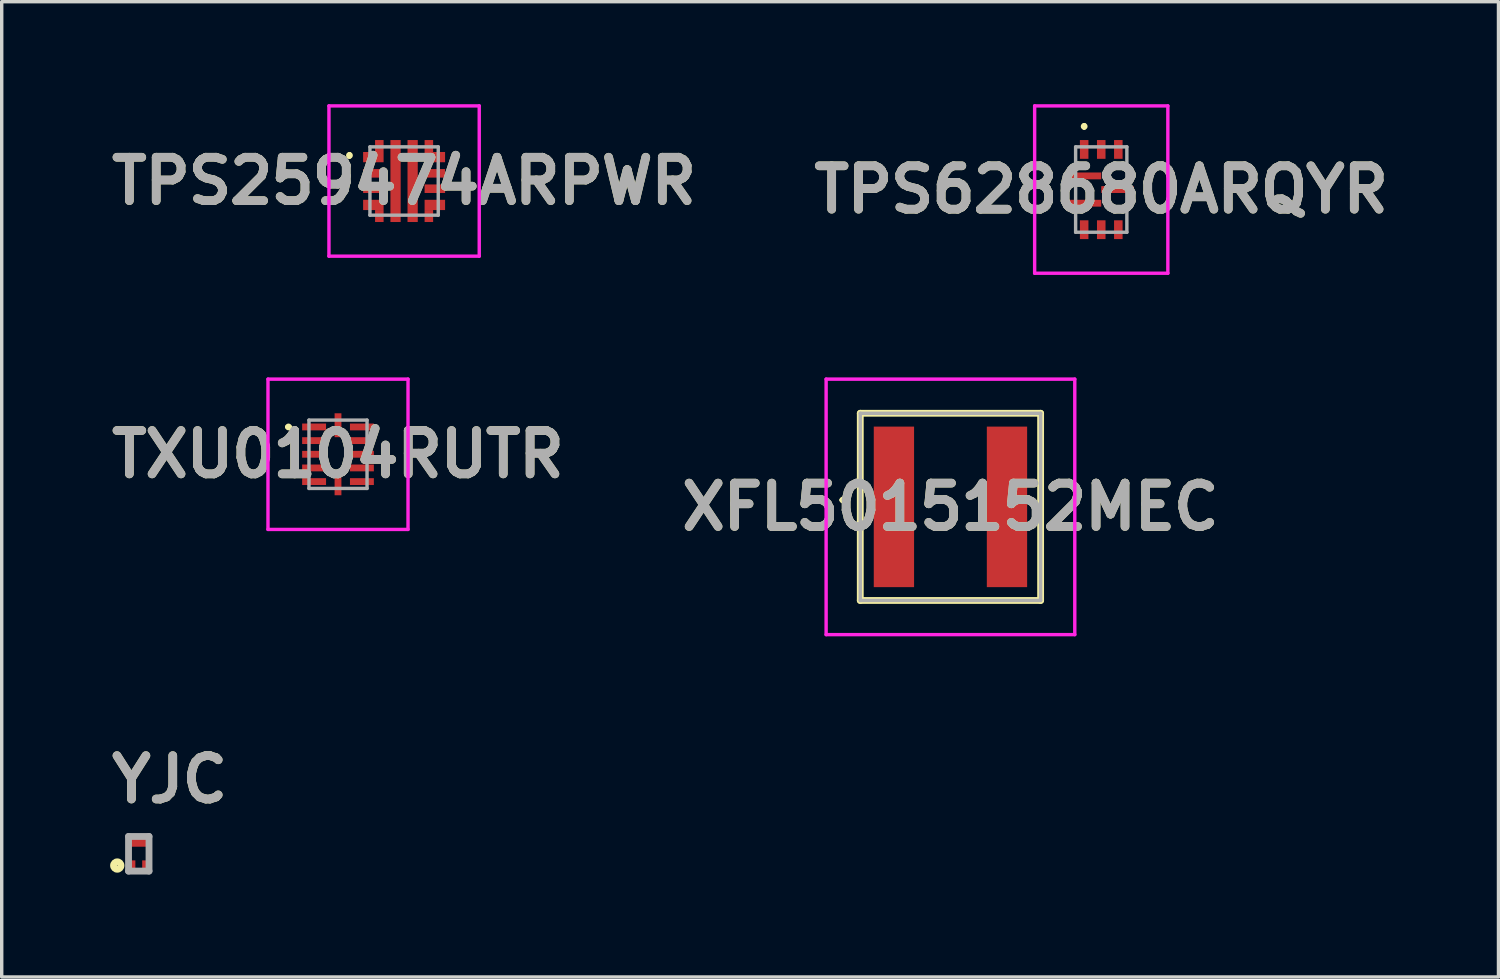
<source format=kicad_pcb>
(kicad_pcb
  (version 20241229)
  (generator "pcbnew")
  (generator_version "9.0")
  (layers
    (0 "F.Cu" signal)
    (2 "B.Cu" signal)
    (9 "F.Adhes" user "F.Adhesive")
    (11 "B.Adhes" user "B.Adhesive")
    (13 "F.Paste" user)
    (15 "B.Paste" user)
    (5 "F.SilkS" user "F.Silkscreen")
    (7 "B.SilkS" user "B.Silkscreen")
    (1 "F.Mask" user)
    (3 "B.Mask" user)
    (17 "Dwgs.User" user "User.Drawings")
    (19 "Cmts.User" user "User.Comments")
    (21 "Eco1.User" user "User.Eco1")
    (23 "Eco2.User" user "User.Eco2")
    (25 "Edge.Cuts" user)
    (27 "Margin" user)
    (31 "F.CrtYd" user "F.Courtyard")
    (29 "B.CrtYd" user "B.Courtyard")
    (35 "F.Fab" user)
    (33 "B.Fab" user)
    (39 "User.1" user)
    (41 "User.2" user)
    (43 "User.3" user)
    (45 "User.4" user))
  (footprint "XFL5015152MEC"
    (layer "F.Cu")
    (at 24.777 11.79)
    (property "Reference" "XFL5015152MEC" (at 0 0 0) (layer "F.SilkS") (effects (font (size 1.27 1.27) (thickness 0.254))))
    (attr smd)
    (fp_line (start -3.2 -0.2) (end -3.2 -0.2) (stroke (width 0.1) (type solid)) (layer "F.SilkS"))
    (fp_line (start -3.1 -0.2) (end -3.1 -0.2) (stroke (width 0.1) (type solid)) (layer "F.SilkS"))
    (fp_line (start -2.64 -2.74) (end 2.64 -2.74) (stroke (width 0.2) (type solid)) (layer "F.SilkS"))
    (fp_line (start -2.64 2.74) (end -2.64 -2.74) (stroke (width 0.2) (type solid)) (layer "F.SilkS"))
    (fp_line (start 2.64 -2.74) (end 2.64 2.74) (stroke (width 0.2) (type solid)) (layer "F.SilkS"))
    (fp_line (start 2.64 2.74) (end -2.64 2.74) (stroke (width 0.2) (type solid)) (layer "F.SilkS"))
    (fp_arc (start -3.2 -0.2) (mid -3.15 -0.25) (end -3.1 -0.2) (stroke (width 0.1) (type solid)) (layer "F.SilkS"))
    (fp_arc (start -3.1 -0.2) (mid -3.15 -0.15) (end -3.2 -0.2) (stroke (width 0.1) (type solid)) (layer "F.SilkS"))
    (fp_line (start -3.64 -3.74) (end 3.64 -3.74) (stroke (width 0.1) (type solid)) (layer "F.CrtYd"))
    (fp_line (start -3.64 3.74) (end -3.64 -3.74) (stroke (width 0.1) (type solid)) (layer "F.CrtYd"))
    (fp_line (start 3.64 -3.74) (end 3.64 3.74) (stroke (width 0.1) (type solid)) (layer "F.CrtYd"))
    (fp_line (start 3.64 3.74) (end -3.64 3.74) (stroke (width 0.1) (type solid)) (layer "F.CrtYd"))
    (fp_line (start -2.64 -2.74) (end 2.64 -2.74) (stroke (width 0.1) (type solid)) (layer "F.Fab"))
    (fp_line (start -2.64 2.74) (end -2.64 -2.74) (stroke (width 0.1) (type solid)) (layer "F.Fab"))
    (fp_line (start 2.64 -2.74) (end 2.64 2.74) (stroke (width 0.1) (type solid)) (layer "F.Fab"))
    (fp_line (start 2.64 2.74) (end -2.64 2.74) (stroke (width 0.1) (type solid)) (layer "F.Fab"))
    (fp_text user "${REFERENCE}" (at 0 0 0) (layer "F.Fab") (effects (font (size 1.27 1.27) (thickness 0.254))))
    (pad "1" smd rect (at -1.655 0) (size 1.18 4.7) (layers "F.Cu" "F.Mask" "F.Paste"))
    (pad "2" smd rect (at 1.655 0) (size 1.18 4.7) (layers "F.Cu" "F.Mask" "F.Paste")))
  (footprint "TPS628680ARQYR"
    (layer "F.Cu")
    (at 29.192 2.5)
    (property "Reference" "TPS628680ARQYR" (at 0 0 0) (layer "F.SilkS") (effects (font (size 1.27 1.27) (thickness 0.254))))
    (attr smd)
    (fp_line (start -0.5 -1.9) (end -0.5 -1.9) (stroke (width 0.1) (type solid)) (layer "F.SilkS"))
    (fp_line (start -0.5 -1.8) (end -0.5 -1.8) (stroke (width 0.1) (type solid)) (layer "F.SilkS"))
    (fp_arc (start -0.5 -1.9) (mid -0.45 -1.85) (end -0.5 -1.8) (stroke (width 0.1) (type solid)) (layer "F.SilkS"))
    (fp_arc (start -0.5 -1.8) (mid -0.55 -1.85) (end -0.5 -1.9) (stroke (width 0.1) (type solid)) (layer "F.SilkS"))
    (fp_line (start -1.95 -2.45) (end 1.95 -2.45) (stroke (width 0.1) (type solid)) (layer "F.CrtYd"))
    (fp_line (start -1.95 2.45) (end -1.95 -2.45) (stroke (width 0.1) (type solid)) (layer "F.CrtYd"))
    (fp_line (start 1.95 -2.45) (end 1.95 2.45) (stroke (width 0.1) (type solid)) (layer "F.CrtYd"))
    (fp_line (start 1.95 2.45) (end -1.95 2.45) (stroke (width 0.1) (type solid)) (layer "F.CrtYd"))
    (fp_line (start -0.75 -1.25) (end -0.75 1.25) (stroke (width 0.1) (type solid)) (layer "F.Fab"))
    (fp_line (start -0.75 1.25) (end 0.75 1.25) (stroke (width 0.1) (type solid)) (layer "F.Fab"))
    (fp_line (start 0.75 -1.25) (end -0.75 -1.25) (stroke (width 0.1) (type solid)) (layer "F.Fab"))
    (fp_line (start 0.75 1.25) (end 0.75 -1.25) (stroke (width 0.1) (type solid)) (layer "F.Fab"))
    (fp_text user "${REFERENCE}" (at 0 0 0) (layer "F.Fab") (effects (font (size 1.27 1.27) (thickness 0.254))))
    (pad "1" smd rect (at -0.5 -1.175) (size 0.25 0.55) (layers "F.Cu" "F.Mask" "F.Paste"))
    (pad "2" smd rect (at -0.475 -0.4 90) (size 0.2 0.95) (layers "F.Cu" "F.Mask" "F.Paste"))
    (pad "3" smd rect (at -0.475 0.4 90) (size 0.2 0.95) (layers "F.Cu" "F.Mask" "F.Paste"))
    (pad "4" smd rect (at -0.5 1.175) (size 0.25 0.55) (layers "F.Cu" "F.Mask" "F.Paste"))
    (pad "5" smd rect (at 0 1.175) (size 0.25 0.55) (layers "F.Cu" "F.Mask" "F.Paste"))
    (pad "6" smd rect (at 0.5 1.175) (size 0.25 0.55) (layers "F.Cu" "F.Mask" "F.Paste"))
    (pad "7" smd rect (at 0.475 0 90) (size 0.2 0.95) (layers "F.Cu" "F.Mask" "F.Paste"))
    (pad "8" smd rect (at 0.5 -1.175) (size 0.25 0.55) (layers "F.Cu" "F.Mask" "F.Paste"))
    (pad "9" smd rect (at 0 -1.175) (size 0.25 0.55) (layers "F.Cu" "F.Mask" "F.Paste")))
  (footprint "YJC"
    (layer "F.Cu")
    (at 1.013 21.94)
    (property "Reference" "YJC" (at 0.904 -2.171 0) (layer "F.SilkS") (effects (font (size 1.27 1.27) (thickness 0.254))))
    (attr smd)
    (fp_circle (center -0.63 0.351) (end -0.63 0.36) (stroke (width 0.2) (type solid)) (fill no) (layer "F.SilkS"))
    (fp_line (start -0.3 -0.5) (end 0.3 -0.5) (stroke (width 0.2) (type solid)) (layer "F.Fab"))
    (fp_line (start -0.3 0.514) (end -0.3 -0.5) (stroke (width 0.2) (type solid)) (layer "F.Fab"))
    (fp_line (start 0.3 -0.5) (end 0.3 0.514) (stroke (width 0.2) (type solid)) (layer "F.Fab"))
    (fp_line (start 0.3 0.514) (end -0.3 0.514) (stroke (width 0.2) (type solid)) (layer "F.Fab"))
    (fp_text user "${REFERENCE}" (at 0.904 -2.171 0) (layer "F.Fab") (effects (font (size 1.27 1.27) (thickness 0.254))))
    (pad "1" smd rect (at -0.175 0.325) (size 0.15 0.25) (layers "F.Cu" "F.Mask" "F.Paste"))
    (pad "2" smd rect (at 0.175 0.325) (size 0.15 0.25) (layers "F.Cu" "F.Mask" "F.Paste"))
    (pad "3" smd rect (at 0 -0.325 90) (size 0.25 0.5) (layers "F.Cu" "F.Mask" "F.Paste")))
  (footprint "TPS259474ARPWR"
    (layer "F.Cu")
    (at 8.781 2.25)
    (property "Reference" "TPS259474ARPWR" (at 0 0 0) (layer "F.SilkS") (effects (font (size 1.27 1.27) (thickness 0.254))))
    (attr smd)
    (fp_line (start -1.6 -0.8) (end -1.6 -0.8) (stroke (width 0.1) (type solid)) (layer "F.SilkS"))
    (fp_line (start -1.6 -0.7) (end -1.6 -0.7) (stroke (width 0.1) (type solid)) (layer "F.SilkS"))
    (fp_arc (start -1.6 -0.8) (mid -1.55 -0.75) (end -1.6 -0.7) (stroke (width 0.1) (type solid)) (layer "F.SilkS"))
    (fp_arc (start -1.6 -0.7) (mid -1.65 -0.75) (end -1.6 -0.8) (stroke (width 0.1) (type solid)) (layer "F.SilkS"))
    (fp_line (start -2.2 -2.2) (end 2.2 -2.2) (stroke (width 0.1) (type solid)) (layer "F.CrtYd"))
    (fp_line (start -2.2 2.2) (end -2.2 -2.2) (stroke (width 0.1) (type solid)) (layer "F.CrtYd"))
    (fp_line (start 2.2 -2.2) (end 2.2 2.2) (stroke (width 0.1) (type solid)) (layer "F.CrtYd"))
    (fp_line (start 2.2 2.2) (end -2.2 2.2) (stroke (width 0.1) (type solid)) (layer "F.CrtYd"))
    (fp_line (start -1 -1) (end 1 -1) (stroke (width 0.1) (type solid)) (layer "F.Fab"))
    (fp_line (start -1 1) (end -1 -1) (stroke (width 0.1) (type solid)) (layer "F.Fab"))
    (fp_line (start 1 -1) (end 1 1) (stroke (width 0.1) (type solid)) (layer "F.Fab"))
    (fp_line (start 1 1) (end -1 1) (stroke (width 0.1) (type solid)) (layer "F.Fab"))
    (fp_text user "${REFERENCE}" (at 0 0 0) (layer "F.Fab") (effects (font (size 1.27 1.27) (thickness 0.254))))
    (pad "1" smd rect (at -0.9 -0.7 90) (size 0.3 0.6) (layers "F.Cu" "F.Mask" "F.Paste"))
    (pad "2" smd rect (at -0.9 -0.225 90) (size 0.25 0.6) (layers "F.Cu" "F.Mask" "F.Paste"))
    (pad "3" smd rect (at -0.9 0.225 90) (size 0.25 0.6) (layers "F.Cu" "F.Mask" "F.Paste"))
    (pad "4" smd rect (at -0.9 0.7 90) (size 0.3 0.6) (layers "F.Cu" "F.Mask" "F.Paste"))
    (pad "5" smd rect (at -0.25 0) (size 0.3 2.4) (layers "F.Cu" "F.Mask" "F.Paste"))
    (pad "6" smd rect (at 0.25 0) (size 0.3 2.4) (layers "F.Cu" "F.Mask" "F.Paste"))
    (pad "7" smd rect (at 0.9 0.7 90) (size 0.3 0.6) (layers "F.Cu" "F.Mask" "F.Paste"))
    (pad "8" smd rect (at 0.9 0.225 90) (size 0.25 0.6) (layers "F.Cu" "F.Mask" "F.Paste"))
    (pad "9" smd rect (at 0.9 -0.225 90) (size 0.25 0.6) (layers "F.Cu" "F.Mask" "F.Paste"))
    (pad "10" smd rect (at 0.9 -0.7 90) (size 0.3 0.6) (layers "F.Cu" "F.Mask" "F.Paste"))
    (pad "11" smd rect (at -0.725 -1.025) (size 0.25 0.35) (layers "F.Cu" "F.Mask" "F.Paste"))
    (pad "12" smd rect (at -0.725 1.025) (size 0.25 0.35) (layers "F.Cu" "F.Mask" "F.Paste"))
    (pad "13" smd rect (at 0.725 1.025) (size 0.25 0.35) (layers "F.Cu" "F.Mask" "F.Paste"))
    (pad "14" smd rect (at 0.725 -1.025) (size 0.25 0.35) (layers "F.Cu" "F.Mask" "F.Paste")))
  (footprint "TXU0104RUTR"
    (layer "F.Cu")
    (at 6.846 10.25)
    (property "Reference" "TXU0104RUTR" (at 0 0 0) (layer "F.SilkS") (effects (font (size 1.27 1.27) (thickness 0.254))))
    (attr smd)
    (fp_line (start -1.5 -0.8) (end -1.5 -0.8) (stroke (width 0.1) (type solid)) (layer "F.SilkS"))
    (fp_line (start -1.4 -0.8) (end -1.4 -0.8) (stroke (width 0.1) (type solid)) (layer "F.SilkS"))
    (fp_arc (start -1.5 -0.8) (mid -1.45 -0.85) (end -1.4 -0.8) (stroke (width 0.1) (type solid)) (layer "F.SilkS"))
    (fp_arc (start -1.4 -0.8) (mid -1.45 -0.75) (end -1.5 -0.8) (stroke (width 0.1) (type solid)) (layer "F.SilkS"))
    (fp_line (start -2.05 -2.2) (end 2.05 -2.2) (stroke (width 0.1) (type solid)) (layer "F.CrtYd"))
    (fp_line (start -2.05 2.2) (end -2.05 -2.2) (stroke (width 0.1) (type solid)) (layer "F.CrtYd"))
    (fp_line (start 2.05 -2.2) (end 2.05 2.2) (stroke (width 0.1) (type solid)) (layer "F.CrtYd"))
    (fp_line (start 2.05 2.2) (end -2.05 2.2) (stroke (width 0.1) (type solid)) (layer "F.CrtYd"))
    (fp_line (start -0.85 -1) (end -0.85 1) (stroke (width 0.1) (type solid)) (layer "F.Fab"))
    (fp_line (start -0.85 1) (end 0.85 1) (stroke (width 0.1) (type solid)) (layer "F.Fab"))
    (fp_line (start 0.85 -1) (end -0.85 -1) (stroke (width 0.1) (type solid)) (layer "F.Fab"))
    (fp_line (start 0.85 1) (end 0.85 -1) (stroke (width 0.1) (type solid)) (layer "F.Fab"))
    (fp_text user "${REFERENCE}" (at 0 0 0) (layer "F.Fab") (effects (font (size 1.27 1.27) (thickness 0.254))))
    (pad "1" smd rect (at -0.7 -0.8 90) (size 0.2 0.7) (layers "F.Cu" "F.Mask" "F.Paste"))
    (pad "2" smd rect (at -0.7 -0.4 90) (size 0.2 0.7) (layers "F.Cu" "F.Mask" "F.Paste"))
    (pad "3" smd rect (at -0.7 0 90) (size 0.2 0.7) (layers "F.Cu" "F.Mask" "F.Paste"))
    (pad "4" smd rect (at -0.7 0.4 90) (size 0.2 0.7) (layers "F.Cu" "F.Mask" "F.Paste"))
    (pad "5" smd rect (at -0.7 0.8 90) (size 0.2 0.7) (layers "F.Cu" "F.Mask" "F.Paste"))
    (pad "6" smd rect (at 0 0.85) (size 0.2 0.7) (layers "F.Cu" "F.Mask" "F.Paste"))
    (pad "7" smd rect (at 0.7 0.8 90) (size 0.2 0.7) (layers "F.Cu" "F.Mask" "F.Paste"))
    (pad "8" smd rect (at 0.7 0.4 90) (size 0.2 0.7) (layers "F.Cu" "F.Mask" "F.Paste"))
    (pad "9" smd rect (at 0.7 0 90) (size 0.2 0.7) (layers "F.Cu" "F.Mask" "F.Paste"))
    (pad "10" smd rect (at 0.7 -0.4 90) (size 0.2 0.7) (layers "F.Cu" "F.Mask" "F.Paste"))
    (pad "11" smd rect (at 0.7 -0.8 90) (size 0.2 0.7) (layers "F.Cu" "F.Mask" "F.Paste"))
    (pad "12" smd rect (at 0 -0.85) (size 0.2 0.7) (layers "F.Cu" "F.Mask" "F.Paste")))
  (gr_rect
    (start -3 -3)
    (end 40.822 25.554)
    (stroke (width 0.1) (type default))
    (fill no)
    (layer "Edge.Cuts")))
</source>
